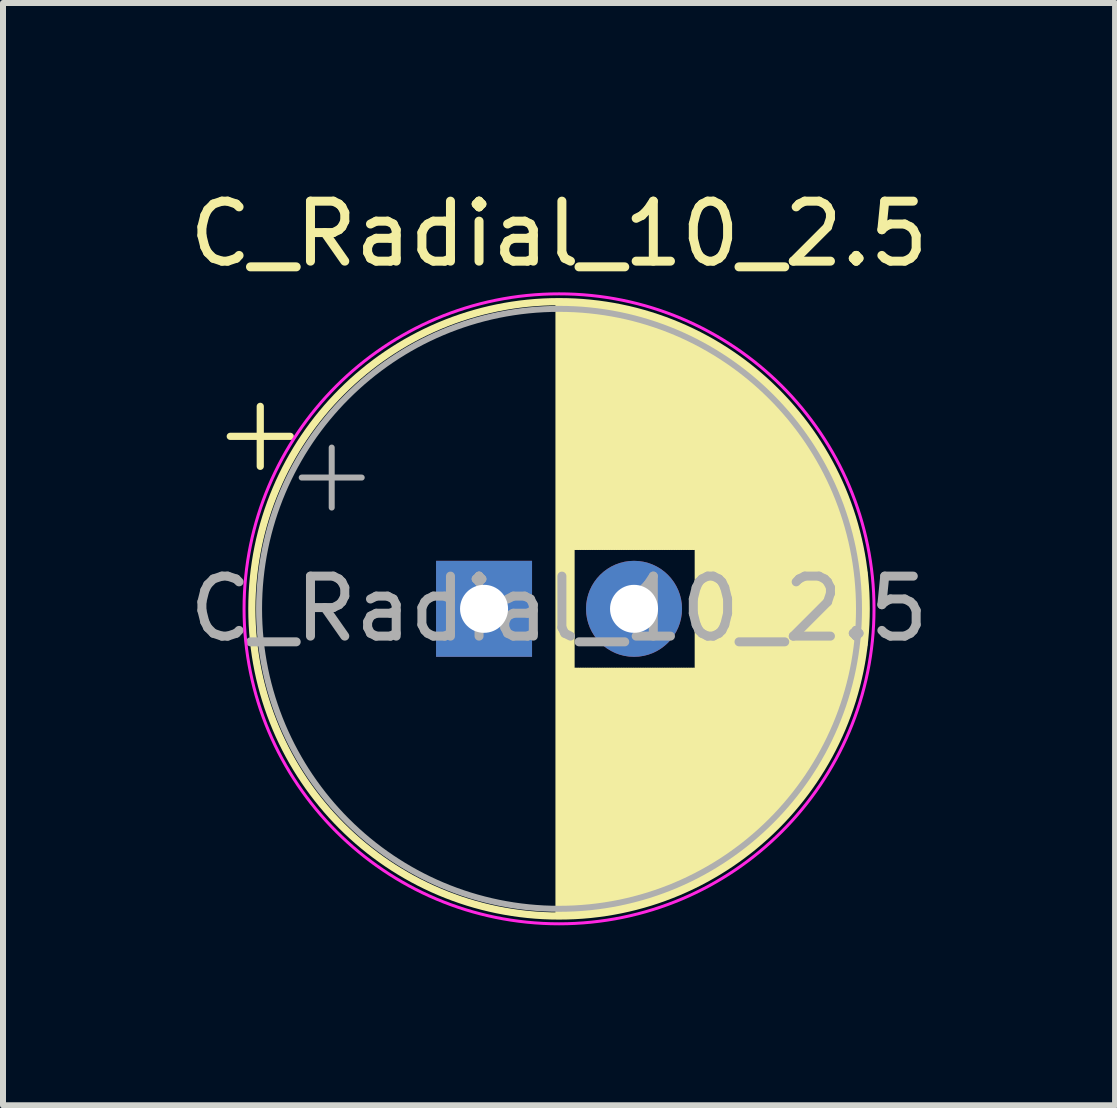
<source format=kicad_pcb>
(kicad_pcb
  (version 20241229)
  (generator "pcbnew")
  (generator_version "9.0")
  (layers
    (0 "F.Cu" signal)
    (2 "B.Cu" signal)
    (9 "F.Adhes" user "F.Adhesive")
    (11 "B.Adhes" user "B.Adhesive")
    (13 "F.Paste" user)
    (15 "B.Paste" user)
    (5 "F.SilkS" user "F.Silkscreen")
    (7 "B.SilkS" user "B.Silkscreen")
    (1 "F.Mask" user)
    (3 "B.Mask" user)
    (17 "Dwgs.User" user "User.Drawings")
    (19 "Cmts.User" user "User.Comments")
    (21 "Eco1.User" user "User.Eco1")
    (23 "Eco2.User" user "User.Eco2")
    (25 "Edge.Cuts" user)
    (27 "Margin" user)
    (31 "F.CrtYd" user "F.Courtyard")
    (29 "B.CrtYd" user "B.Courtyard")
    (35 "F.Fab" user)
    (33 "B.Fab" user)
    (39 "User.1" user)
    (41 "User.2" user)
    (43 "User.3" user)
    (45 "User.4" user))
  (footprint "C_Radial_10_2.5"
    (layer "F.Cu")
    (at 5.018 7.098)
    (property "Reference" "C_Radial_10_2.5" (at 1.25 -6.25 0) (layer "F.SilkS") (effects (font (size 1 1) (thickness 0.15))))
    (attr through_hole)
    (fp_line (start -4.23 -2.875) (end -3.23 -2.875) (stroke (width 0.12) (type solid)) (layer "F.SilkS"))
    (fp_line (start -3.73 -3.375) (end -3.73 -2.375) (stroke (width 0.12) (type solid)) (layer "F.SilkS"))
    (fp_line (start 1.25 -5.08) (end 1.25 5.08) (stroke (width 0.12) (type solid)) (layer "F.SilkS"))
    (fp_line (start 1.29 -5.08) (end 1.29 5.08) (stroke (width 0.12) (type solid)) (layer "F.SilkS"))
    (fp_line (start 1.33 -5.08) (end 1.33 5.08) (stroke (width 0.12) (type solid)) (layer "F.SilkS"))
    (fp_line (start 1.37 -5.079) (end 1.37 5.079) (stroke (width 0.12) (type solid)) (layer "F.SilkS"))
    (fp_line (start 1.41 -5.078) (end 1.41 5.078) (stroke (width 0.12) (type solid)) (layer "F.SilkS"))
    (fp_line (start 1.45 -5.077) (end 1.45 5.077) (stroke (width 0.12) (type solid)) (layer "F.SilkS"))
    (fp_line (start 1.49 -5.075) (end 1.49 -1.04) (stroke (width 0.12) (type solid)) (layer "F.SilkS"))
    (fp_line (start 1.49 1.04) (end 1.49 5.075) (stroke (width 0.12) (type solid)) (layer "F.SilkS"))
    (fp_line (start 1.53 -5.073) (end 1.53 -1.04) (stroke (width 0.12) (type solid)) (layer "F.SilkS"))
    (fp_line (start 1.53 1.04) (end 1.53 5.073) (stroke (width 0.12) (type solid)) (layer "F.SilkS"))
    (fp_line (start 1.57 -5.07) (end 1.57 -1.04) (stroke (width 0.12) (type solid)) (layer "F.SilkS"))
    (fp_line (start 1.57 1.04) (end 1.57 5.07) (stroke (width 0.12) (type solid)) (layer "F.SilkS"))
    (fp_line (start 1.61 -5.068) (end 1.61 -1.04) (stroke (width 0.12) (type solid)) (layer "F.SilkS"))
    (fp_line (start 1.61 1.04) (end 1.61 5.068) (stroke (width 0.12) (type solid)) (layer "F.SilkS"))
    (fp_line (start 1.65 -5.065) (end 1.65 -1.04) (stroke (width 0.12) (type solid)) (layer "F.SilkS"))
    (fp_line (start 1.65 1.04) (end 1.65 5.065) (stroke (width 0.12) (type solid)) (layer "F.SilkS"))
    (fp_line (start 1.69 -5.062) (end 1.69 -1.04) (stroke (width 0.12) (type solid)) (layer "F.SilkS"))
    (fp_line (start 1.69 1.04) (end 1.69 5.062) (stroke (width 0.12) (type solid)) (layer "F.SilkS"))
    (fp_line (start 1.73 -5.058) (end 1.73 -1.04) (stroke (width 0.12) (type solid)) (layer "F.SilkS"))
    (fp_line (start 1.73 1.04) (end 1.73 5.058) (stroke (width 0.12) (type solid)) (layer "F.SilkS"))
    (fp_line (start 1.77 -5.054) (end 1.77 -1.04) (stroke (width 0.12) (type solid)) (layer "F.SilkS"))
    (fp_line (start 1.77 1.04) (end 1.77 5.054) (stroke (width 0.12) (type solid)) (layer "F.SilkS"))
    (fp_line (start 1.81 -5.05) (end 1.81 -1.04) (stroke (width 0.12) (type solid)) (layer "F.SilkS"))
    (fp_line (start 1.81 1.04) (end 1.81 5.05) (stroke (width 0.12) (type solid)) (layer "F.SilkS"))
    (fp_line (start 1.85 -5.045) (end 1.85 -1.04) (stroke (width 0.12) (type solid)) (layer "F.SilkS"))
    (fp_line (start 1.85 1.04) (end 1.85 5.045) (stroke (width 0.12) (type solid)) (layer "F.SilkS"))
    (fp_line (start 1.89 -5.04) (end 1.89 -1.04) (stroke (width 0.12) (type solid)) (layer "F.SilkS"))
    (fp_line (start 1.89 1.04) (end 1.89 5.04) (stroke (width 0.12) (type solid)) (layer "F.SilkS"))
    (fp_line (start 1.93 -5.035) (end 1.93 -1.04) (stroke (width 0.12) (type solid)) (layer "F.SilkS"))
    (fp_line (start 1.93 1.04) (end 1.93 5.035) (stroke (width 0.12) (type solid)) (layer "F.SilkS"))
    (fp_line (start 1.971 -5.03) (end 1.971 -1.04) (stroke (width 0.12) (type solid)) (layer "F.SilkS"))
    (fp_line (start 1.971 1.04) (end 1.971 5.03) (stroke (width 0.12) (type solid)) (layer "F.SilkS"))
    (fp_line (start 2.011 -5.024) (end 2.011 -1.04) (stroke (width 0.12) (type solid)) (layer "F.SilkS"))
    (fp_line (start 2.011 1.04) (end 2.011 5.024) (stroke (width 0.12) (type solid)) (layer "F.SilkS"))
    (fp_line (start 2.051 -5.018) (end 2.051 -1.04) (stroke (width 0.12) (type solid)) (layer "F.SilkS"))
    (fp_line (start 2.051 1.04) (end 2.051 5.018) (stroke (width 0.12) (type solid)) (layer "F.SilkS"))
    (fp_line (start 2.091 -5.011) (end 2.091 -1.04) (stroke (width 0.12) (type solid)) (layer "F.SilkS"))
    (fp_line (start 2.091 1.04) (end 2.091 5.011) (stroke (width 0.12) (type solid)) (layer "F.SilkS"))
    (fp_line (start 2.131 -5.004) (end 2.131 -1.04) (stroke (width 0.12) (type solid)) (layer "F.SilkS"))
    (fp_line (start 2.131 1.04) (end 2.131 5.004) (stroke (width 0.12) (type solid)) (layer "F.SilkS"))
    (fp_line (start 2.171 -4.997) (end 2.171 -1.04) (stroke (width 0.12) (type solid)) (layer "F.SilkS"))
    (fp_line (start 2.171 1.04) (end 2.171 4.997) (stroke (width 0.12) (type solid)) (layer "F.SilkS"))
    (fp_line (start 2.211 -4.99) (end 2.211 -1.04) (stroke (width 0.12) (type solid)) (layer "F.SilkS"))
    (fp_line (start 2.211 1.04) (end 2.211 4.99) (stroke (width 0.12) (type solid)) (layer "F.SilkS"))
    (fp_line (start 2.251 -4.982) (end 2.251 -1.04) (stroke (width 0.12) (type solid)) (layer "F.SilkS"))
    (fp_line (start 2.251 1.04) (end 2.251 4.982) (stroke (width 0.12) (type solid)) (layer "F.SilkS"))
    (fp_line (start 2.291 -4.974) (end 2.291 -1.04) (stroke (width 0.12) (type solid)) (layer "F.SilkS"))
    (fp_line (start 2.291 1.04) (end 2.291 4.974) (stroke (width 0.12) (type solid)) (layer "F.SilkS"))
    (fp_line (start 2.331 -4.965) (end 2.331 -1.04) (stroke (width 0.12) (type solid)) (layer "F.SilkS"))
    (fp_line (start 2.331 1.04) (end 2.331 4.965) (stroke (width 0.12) (type solid)) (layer "F.SilkS"))
    (fp_line (start 2.371 -4.956) (end 2.371 -1.04) (stroke (width 0.12) (type solid)) (layer "F.SilkS"))
    (fp_line (start 2.371 1.04) (end 2.371 4.956) (stroke (width 0.12) (type solid)) (layer "F.SilkS"))
    (fp_line (start 2.411 -4.947) (end 2.411 -1.04) (stroke (width 0.12) (type solid)) (layer "F.SilkS"))
    (fp_line (start 2.411 1.04) (end 2.411 4.947) (stroke (width 0.12) (type solid)) (layer "F.SilkS"))
    (fp_line (start 2.451 -4.938) (end 2.451 -1.04) (stroke (width 0.12) (type solid)) (layer "F.SilkS"))
    (fp_line (start 2.451 1.04) (end 2.451 4.938) (stroke (width 0.12) (type solid)) (layer "F.SilkS"))
    (fp_line (start 2.491 -4.928) (end 2.491 -1.04) (stroke (width 0.12) (type solid)) (layer "F.SilkS"))
    (fp_line (start 2.491 1.04) (end 2.491 4.928) (stroke (width 0.12) (type solid)) (layer "F.SilkS"))
    (fp_line (start 2.531 -4.918) (end 2.531 -1.04) (stroke (width 0.12) (type solid)) (layer "F.SilkS"))
    (fp_line (start 2.531 1.04) (end 2.531 4.918) (stroke (width 0.12) (type solid)) (layer "F.SilkS"))
    (fp_line (start 2.571 -4.907) (end 2.571 -1.04) (stroke (width 0.12) (type solid)) (layer "F.SilkS"))
    (fp_line (start 2.571 1.04) (end 2.571 4.907) (stroke (width 0.12) (type solid)) (layer "F.SilkS"))
    (fp_line (start 2.611 -4.897) (end 2.611 -1.04) (stroke (width 0.12) (type solid)) (layer "F.SilkS"))
    (fp_line (start 2.611 1.04) (end 2.611 4.897) (stroke (width 0.12) (type solid)) (layer "F.SilkS"))
    (fp_line (start 2.651 -4.885) (end 2.651 -1.04) (stroke (width 0.12) (type solid)) (layer "F.SilkS"))
    (fp_line (start 2.651 1.04) (end 2.651 4.885) (stroke (width 0.12) (type solid)) (layer "F.SilkS"))
    (fp_line (start 2.691 -4.874) (end 2.691 -1.04) (stroke (width 0.12) (type solid)) (layer "F.SilkS"))
    (fp_line (start 2.691 1.04) (end 2.691 4.874) (stroke (width 0.12) (type solid)) (layer "F.SilkS"))
    (fp_line (start 2.731 -4.862) (end 2.731 -1.04) (stroke (width 0.12) (type solid)) (layer "F.SilkS"))
    (fp_line (start 2.731 1.04) (end 2.731 4.862) (stroke (width 0.12) (type solid)) (layer "F.SilkS"))
    (fp_line (start 2.771 -4.85) (end 2.771 -1.04) (stroke (width 0.12) (type solid)) (layer "F.SilkS"))
    (fp_line (start 2.771 1.04) (end 2.771 4.85) (stroke (width 0.12) (type solid)) (layer "F.SilkS"))
    (fp_line (start 2.811 -4.837) (end 2.811 -1.04) (stroke (width 0.12) (type solid)) (layer "F.SilkS"))
    (fp_line (start 2.811 1.04) (end 2.811 4.837) (stroke (width 0.12) (type solid)) (layer "F.SilkS"))
    (fp_line (start 2.851 -4.824) (end 2.851 -1.04) (stroke (width 0.12) (type solid)) (layer "F.SilkS"))
    (fp_line (start 2.851 1.04) (end 2.851 4.824) (stroke (width 0.12) (type solid)) (layer "F.SilkS"))
    (fp_line (start 2.891 -4.811) (end 2.891 -1.04) (stroke (width 0.12) (type solid)) (layer "F.SilkS"))
    (fp_line (start 2.891 1.04) (end 2.891 4.811) (stroke (width 0.12) (type solid)) (layer "F.SilkS"))
    (fp_line (start 2.931 -4.797) (end 2.931 -1.04) (stroke (width 0.12) (type solid)) (layer "F.SilkS"))
    (fp_line (start 2.931 1.04) (end 2.931 4.797) (stroke (width 0.12) (type solid)) (layer "F.SilkS"))
    (fp_line (start 2.971 -4.783) (end 2.971 -1.04) (stroke (width 0.12) (type solid)) (layer "F.SilkS"))
    (fp_line (start 2.971 1.04) (end 2.971 4.783) (stroke (width 0.12) (type solid)) (layer "F.SilkS"))
    (fp_line (start 3.011 -4.768) (end 3.011 -1.04) (stroke (width 0.12) (type solid)) (layer "F.SilkS"))
    (fp_line (start 3.011 1.04) (end 3.011 4.768) (stroke (width 0.12) (type solid)) (layer "F.SilkS"))
    (fp_line (start 3.051 -4.754) (end 3.051 -1.04) (stroke (width 0.12) (type solid)) (layer "F.SilkS"))
    (fp_line (start 3.051 1.04) (end 3.051 4.754) (stroke (width 0.12) (type solid)) (layer "F.SilkS"))
    (fp_line (start 3.091 -4.738) (end 3.091 -1.04) (stroke (width 0.12) (type solid)) (layer "F.SilkS"))
    (fp_line (start 3.091 1.04) (end 3.091 4.738) (stroke (width 0.12) (type solid)) (layer "F.SilkS"))
    (fp_line (start 3.131 -4.723) (end 3.131 -1.04) (stroke (width 0.12) (type solid)) (layer "F.SilkS"))
    (fp_line (start 3.131 1.04) (end 3.131 4.723) (stroke (width 0.12) (type solid)) (layer "F.SilkS"))
    (fp_line (start 3.171 -4.707) (end 3.171 -1.04) (stroke (width 0.12) (type solid)) (layer "F.SilkS"))
    (fp_line (start 3.171 1.04) (end 3.171 4.707) (stroke (width 0.12) (type solid)) (layer "F.SilkS"))
    (fp_line (start 3.211 -4.69) (end 3.211 -1.04) (stroke (width 0.12) (type solid)) (layer "F.SilkS"))
    (fp_line (start 3.211 1.04) (end 3.211 4.69) (stroke (width 0.12) (type solid)) (layer "F.SilkS"))
    (fp_line (start 3.251 -4.674) (end 3.251 -1.04) (stroke (width 0.12) (type solid)) (layer "F.SilkS"))
    (fp_line (start 3.251 1.04) (end 3.251 4.674) (stroke (width 0.12) (type solid)) (layer "F.SilkS"))
    (fp_line (start 3.291 -4.657) (end 3.291 -1.04) (stroke (width 0.12) (type solid)) (layer "F.SilkS"))
    (fp_line (start 3.291 1.04) (end 3.291 4.657) (stroke (width 0.12) (type solid)) (layer "F.SilkS"))
    (fp_line (start 3.331 -4.639) (end 3.331 -1.04) (stroke (width 0.12) (type solid)) (layer "F.SilkS"))
    (fp_line (start 3.331 1.04) (end 3.331 4.639) (stroke (width 0.12) (type solid)) (layer "F.SilkS"))
    (fp_line (start 3.371 -4.621) (end 3.371 -1.04) (stroke (width 0.12) (type solid)) (layer "F.SilkS"))
    (fp_line (start 3.371 1.04) (end 3.371 4.621) (stroke (width 0.12) (type solid)) (layer "F.SilkS"))
    (fp_line (start 3.411 -4.603) (end 3.411 -1.04) (stroke (width 0.12) (type solid)) (layer "F.SilkS"))
    (fp_line (start 3.411 1.04) (end 3.411 4.603) (stroke (width 0.12) (type solid)) (layer "F.SilkS"))
    (fp_line (start 3.451 -4.584) (end 3.451 -1.04) (stroke (width 0.12) (type solid)) (layer "F.SilkS"))
    (fp_line (start 3.451 1.04) (end 3.451 4.584) (stroke (width 0.12) (type solid)) (layer "F.SilkS"))
    (fp_line (start 3.491 -4.564) (end 3.491 -1.04) (stroke (width 0.12) (type solid)) (layer "F.SilkS"))
    (fp_line (start 3.491 1.04) (end 3.491 4.564) (stroke (width 0.12) (type solid)) (layer "F.SilkS"))
    (fp_line (start 3.531 -4.545) (end 3.531 -1.04) (stroke (width 0.12) (type solid)) (layer "F.SilkS"))
    (fp_line (start 3.531 1.04) (end 3.531 4.545) (stroke (width 0.12) (type solid)) (layer "F.SilkS"))
    (fp_line (start 3.571 -4.525) (end 3.571 4.525) (stroke (width 0.12) (type solid)) (layer "F.SilkS"))
    (fp_line (start 3.611 -4.504) (end 3.611 4.504) (stroke (width 0.12) (type solid)) (layer "F.SilkS"))
    (fp_line (start 3.651 -4.483) (end 3.651 4.483) (stroke (width 0.12) (type solid)) (layer "F.SilkS"))
    (fp_line (start 3.691 -4.462) (end 3.691 4.462) (stroke (width 0.12) (type solid)) (layer "F.SilkS"))
    (fp_line (start 3.731 -4.44) (end 3.731 4.44) (stroke (width 0.12) (type solid)) (layer "F.SilkS"))
    (fp_line (start 3.771 -4.417) (end 3.771 4.417) (stroke (width 0.12) (type solid)) (layer "F.SilkS"))
    (fp_line (start 3.811 -4.395) (end 3.811 4.395) (stroke (width 0.12) (type solid)) (layer "F.SilkS"))
    (fp_line (start 3.851 -4.371) (end 3.851 4.371) (stroke (width 0.12) (type solid)) (layer "F.SilkS"))
    (fp_line (start 3.891 -4.347) (end 3.891 4.347) (stroke (width 0.12) (type solid)) (layer "F.SilkS"))
    (fp_line (start 3.931 -4.323) (end 3.931 4.323) (stroke (width 0.12) (type solid)) (layer "F.SilkS"))
    (fp_line (start 3.971 -4.298) (end 3.971 4.298) (stroke (width 0.12) (type solid)) (layer "F.SilkS"))
    (fp_line (start 4.011 -4.273) (end 4.011 4.273) (stroke (width 0.12) (type solid)) (layer "F.SilkS"))
    (fp_line (start 4.051 -4.247) (end 4.051 4.247) (stroke (width 0.12) (type solid)) (layer "F.SilkS"))
    (fp_line (start 4.091 -4.221) (end 4.091 4.221) (stroke (width 0.12) (type solid)) (layer "F.SilkS"))
    (fp_line (start 4.131 -4.194) (end 4.131 4.194) (stroke (width 0.12) (type solid)) (layer "F.SilkS"))
    (fp_line (start 4.171 -4.166) (end 4.171 4.166) (stroke (width 0.12) (type solid)) (layer "F.SilkS"))
    (fp_line (start 4.211 -4.138) (end 4.211 4.138) (stroke (width 0.12) (type solid)) (layer "F.SilkS"))
    (fp_line (start 4.251 -4.11) (end 4.251 4.11) (stroke (width 0.12) (type solid)) (layer "F.SilkS"))
    (fp_line (start 4.291 -4.08) (end 4.291 4.08) (stroke (width 0.12) (type solid)) (layer "F.SilkS"))
    (fp_line (start 4.331 -4.05) (end 4.331 4.05) (stroke (width 0.12) (type solid)) (layer "F.SilkS"))
    (fp_line (start 4.371 -4.02) (end 4.371 4.02) (stroke (width 0.12) (type solid)) (layer "F.SilkS"))
    (fp_line (start 4.411 -3.989) (end 4.411 3.989) (stroke (width 0.12) (type solid)) (layer "F.SilkS"))
    (fp_line (start 4.451 -3.957) (end 4.451 3.957) (stroke (width 0.12) (type solid)) (layer "F.SilkS"))
    (fp_line (start 4.491 -3.925) (end 4.491 3.925) (stroke (width 0.12) (type solid)) (layer "F.SilkS"))
    (fp_line (start 4.531 -3.892) (end 4.531 3.892) (stroke (width 0.12) (type solid)) (layer "F.SilkS"))
    (fp_line (start 4.571 -3.858) (end 4.571 3.858) (stroke (width 0.12) (type solid)) (layer "F.SilkS"))
    (fp_line (start 4.611 -3.824) (end 4.611 3.824) (stroke (width 0.12) (type solid)) (layer "F.SilkS"))
    (fp_line (start 4.651 -3.789) (end 4.651 3.789) (stroke (width 0.12) (type solid)) (layer "F.SilkS"))
    (fp_line (start 4.691 -3.753) (end 4.691 3.753) (stroke (width 0.12) (type solid)) (layer "F.SilkS"))
    (fp_line (start 4.731 -3.716) (end 4.731 3.716) (stroke (width 0.12) (type solid)) (layer "F.SilkS"))
    (fp_line (start 4.771 -3.679) (end 4.771 3.679) (stroke (width 0.12) (type solid)) (layer "F.SilkS"))
    (fp_line (start 4.811 -3.64) (end 4.811 3.64) (stroke (width 0.12) (type solid)) (layer "F.SilkS"))
    (fp_line (start 4.851 -3.601) (end 4.851 3.601) (stroke (width 0.12) (type solid)) (layer "F.SilkS"))
    (fp_line (start 4.891 -3.561) (end 4.891 3.561) (stroke (width 0.12) (type solid)) (layer "F.SilkS"))
    (fp_line (start 4.931 -3.52) (end 4.931 3.52) (stroke (width 0.12) (type solid)) (layer "F.SilkS"))
    (fp_line (start 4.971 -3.478) (end 4.971 3.478) (stroke (width 0.12) (type solid)) (layer "F.SilkS"))
    (fp_line (start 5.011 -3.436) (end 5.011 3.436) (stroke (width 0.12) (type solid)) (layer "F.SilkS"))
    (fp_line (start 5.051 -3.392) (end 5.051 3.392) (stroke (width 0.12) (type solid)) (layer "F.SilkS"))
    (fp_line (start 5.091 -3.347) (end 5.091 3.347) (stroke (width 0.12) (type solid)) (layer "F.SilkS"))
    (fp_line (start 5.131 -3.301) (end 5.131 3.301) (stroke (width 0.12) (type solid)) (layer "F.SilkS"))
    (fp_line (start 5.171 -3.254) (end 5.171 3.254) (stroke (width 0.12) (type solid)) (layer "F.SilkS"))
    (fp_line (start 5.211 -3.206) (end 5.211 3.206) (stroke (width 0.12) (type solid)) (layer "F.SilkS"))
    (fp_line (start 5.251 -3.156) (end 5.251 3.156) (stroke (width 0.12) (type solid)) (layer "F.SilkS"))
    (fp_line (start 5.291 -3.106) (end 5.291 3.106) (stroke (width 0.12) (type solid)) (layer "F.SilkS"))
    (fp_line (start 5.331 -3.054) (end 5.331 3.054) (stroke (width 0.12) (type solid)) (layer "F.SilkS"))
    (fp_line (start 5.371 -3) (end 5.371 3) (stroke (width 0.12) (type solid)) (layer "F.SilkS"))
    (fp_line (start 5.411 -2.945) (end 5.411 2.945) (stroke (width 0.12) (type solid)) (layer "F.SilkS"))
    (fp_line (start 5.451 -2.889) (end 5.451 2.889) (stroke (width 0.12) (type solid)) (layer "F.SilkS"))
    (fp_line (start 5.491 -2.83) (end 5.491 2.83) (stroke (width 0.12) (type solid)) (layer "F.SilkS"))
    (fp_line (start 5.531 -2.77) (end 5.531 2.77) (stroke (width 0.12) (type solid)) (layer "F.SilkS"))
    (fp_line (start 5.571 -2.709) (end 5.571 2.709) (stroke (width 0.12) (type solid)) (layer "F.SilkS"))
    (fp_line (start 5.611 -2.645) (end 5.611 2.645) (stroke (width 0.12) (type solid)) (layer "F.SilkS"))
    (fp_line (start 5.651 -2.579) (end 5.651 2.579) (stroke (width 0.12) (type solid)) (layer "F.SilkS"))
    (fp_line (start 5.691 -2.51) (end 5.691 2.51) (stroke (width 0.12) (type solid)) (layer "F.SilkS"))
    (fp_line (start 5.731 -2.439) (end 5.731 2.439) (stroke (width 0.12) (type solid)) (layer "F.SilkS"))
    (fp_line (start 5.771 -2.365) (end 5.771 2.365) (stroke (width 0.12) (type solid)) (layer "F.SilkS"))
    (fp_line (start 5.811 -2.289) (end 5.811 2.289) (stroke (width 0.12) (type solid)) (layer "F.SilkS"))
    (fp_line (start 5.851 -2.209) (end 5.851 2.209) (stroke (width 0.12) (type solid)) (layer "F.SilkS"))
    (fp_line (start 5.891 -2.125) (end 5.891 2.125) (stroke (width 0.12) (type solid)) (layer "F.SilkS"))
    (fp_line (start 5.931 -2.037) (end 5.931 2.037) (stroke (width 0.12) (type solid)) (layer "F.SilkS"))
    (fp_line (start 5.971 -1.944) (end 5.971 1.944) (stroke (width 0.12) (type solid)) (layer "F.SilkS"))
    (fp_line (start 6.011 -1.846) (end 6.011 1.846) (stroke (width 0.12) (type solid)) (layer "F.SilkS"))
    (fp_line (start 6.051 -1.742) (end 6.051 1.742) (stroke (width 0.12) (type solid)) (layer "F.SilkS"))
    (fp_line (start 6.091 -1.63) (end 6.091 1.63) (stroke (width 0.12) (type solid)) (layer "F.SilkS"))
    (fp_line (start 6.131 -1.51) (end 6.131 1.51) (stroke (width 0.12) (type solid)) (layer "F.SilkS"))
    (fp_line (start 6.171 -1.378) (end 6.171 1.378) (stroke (width 0.12) (type solid)) (layer "F.SilkS"))
    (fp_line (start 6.211 -1.23) (end 6.211 1.23) (stroke (width 0.12) (type solid)) (layer "F.SilkS"))
    (fp_line (start 6.251 -1.062) (end 6.251 1.062) (stroke (width 0.12) (type solid)) (layer "F.SilkS"))
    (fp_line (start 6.291 -0.862) (end 6.291 0.862) (stroke (width 0.12) (type solid)) (layer "F.SilkS"))
    (fp_line (start 6.331 -0.599) (end 6.331 0.599) (stroke (width 0.12) (type solid)) (layer "F.SilkS"))
    (fp_circle (center 1.25 0) (end 6.37 0) (stroke (width 0.12) (type solid)) (fill no) (layer "F.SilkS"))
    (fp_circle (center 1.25 0) (end 6.5 0) (stroke (width 0.05) (type solid)) (fill no) (layer "F.CrtYd"))
    (fp_line (start -3.039 -2.188) (end -2.039 -2.188) (stroke (width 0.1) (type solid)) (layer "F.Fab"))
    (fp_line (start -2.539 -2.688) (end -2.539 -1.688) (stroke (width 0.1) (type solid)) (layer "F.Fab"))
    (fp_circle (center 1.25 0) (end 6.25 0) (stroke (width 0.1) (type solid)) (fill no) (layer "F.Fab"))
    (fp_text user "${REFERENCE}" (at 1.25 0 0) (layer "F.Fab") (effects (font (size 1 1) (thickness 0.15))))
    (pad "1" thru_hole rect (at 0 0) (size 1.6 1.6) (drill 0.8) (layers "*.Cu" "*.Mask"))
    (pad "2" thru_hole circle (at 2.5 0) (size 1.6 1.6) (drill 0.8) (layers "*.Cu" "*.Mask")))
  (gr_rect
    (start -3 -3)
    (end 15.536 15.373)
    (stroke (width 0.1) (type default))
    (fill no)
    (layer "Edge.Cuts")))
</source>
